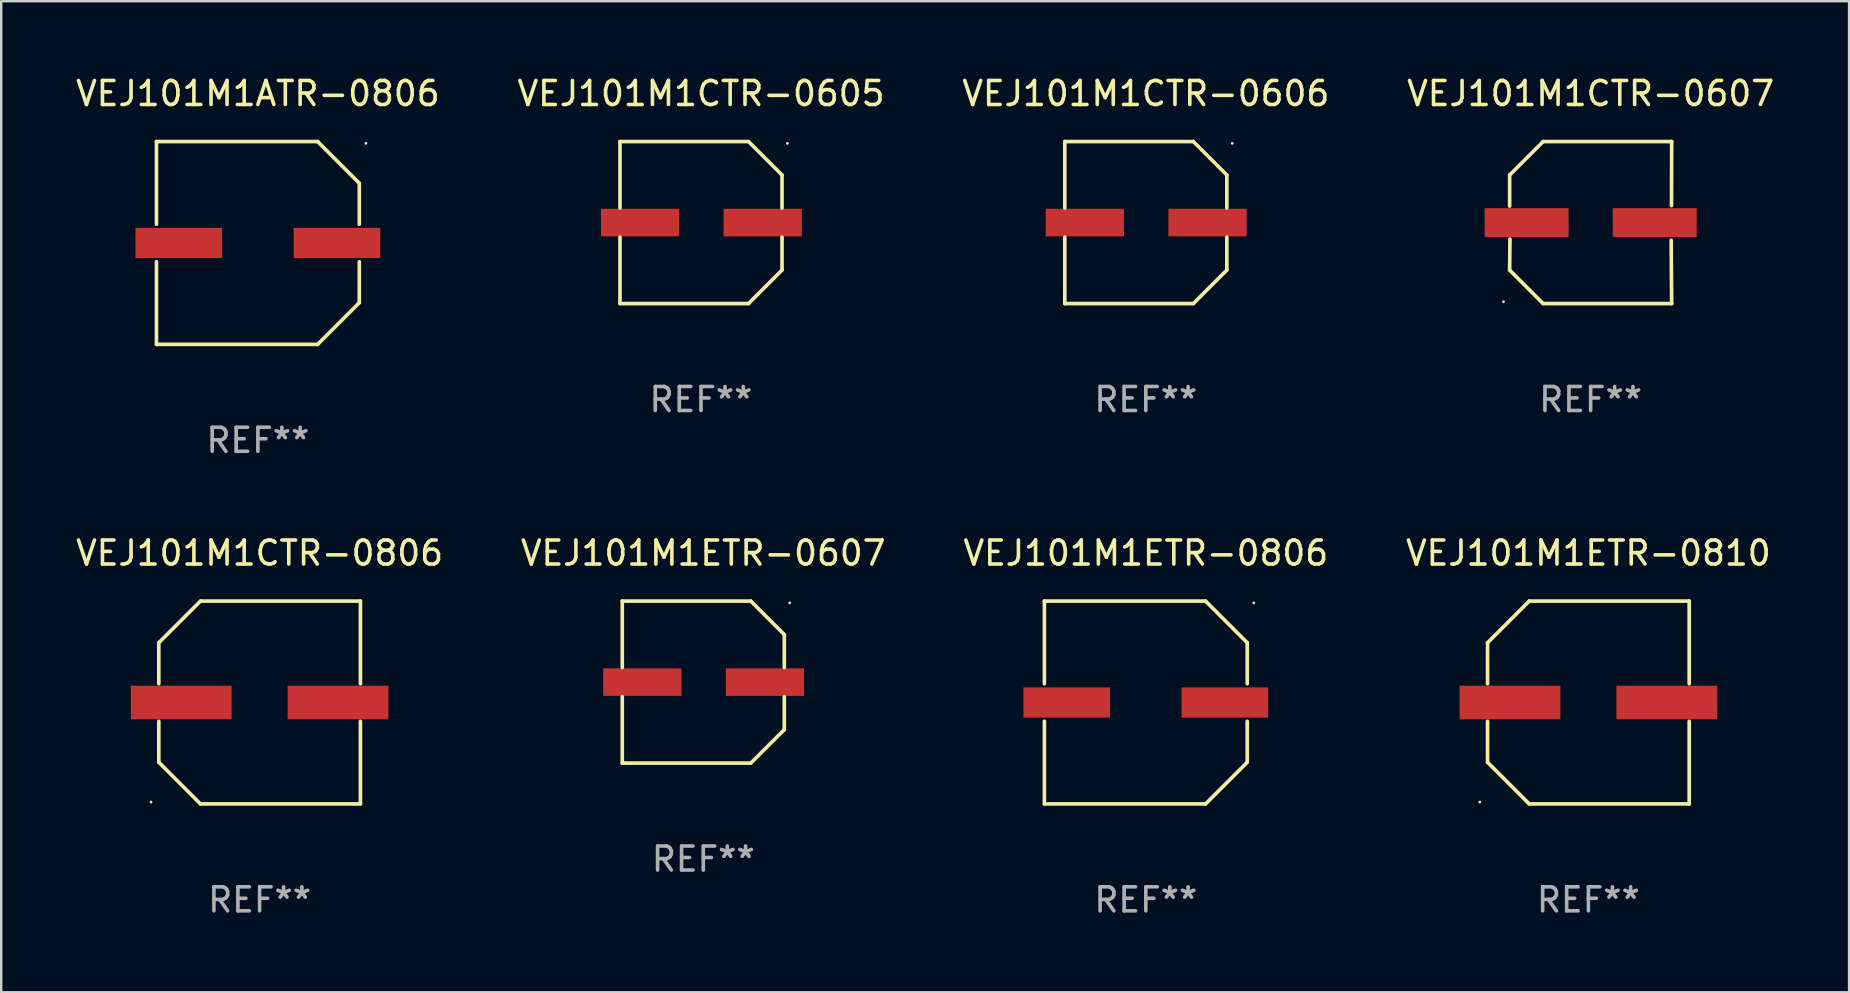
<source format=kicad_pcb>
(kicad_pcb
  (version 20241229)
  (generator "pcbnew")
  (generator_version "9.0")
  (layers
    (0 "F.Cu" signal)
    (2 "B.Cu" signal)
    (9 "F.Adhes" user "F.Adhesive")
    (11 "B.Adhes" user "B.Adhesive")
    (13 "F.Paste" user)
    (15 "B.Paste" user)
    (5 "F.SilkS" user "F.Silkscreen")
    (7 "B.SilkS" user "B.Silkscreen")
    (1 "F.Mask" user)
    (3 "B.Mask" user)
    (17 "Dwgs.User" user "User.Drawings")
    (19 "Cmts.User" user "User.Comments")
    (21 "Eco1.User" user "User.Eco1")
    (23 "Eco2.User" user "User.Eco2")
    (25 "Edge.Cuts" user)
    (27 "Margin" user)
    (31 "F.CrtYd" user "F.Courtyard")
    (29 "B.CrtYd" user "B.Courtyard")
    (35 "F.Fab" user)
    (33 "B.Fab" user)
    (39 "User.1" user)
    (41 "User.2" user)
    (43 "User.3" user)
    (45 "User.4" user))
  (footprint "VEJ101M1ATR-0806"
    (layer "F.Cu")
    (at 7.696 7.074)
    (property "Reference" "VEJ101M1ATR-0806" (at 0 -6.226 0) (layer "F.SilkS") (effects (font (size 1 1) (thickness 0.15))))
    (attr through_hole)
    (fp_line (start -4.226 -4.226) (end 2.49 -4.226) (stroke (width 0.152) (type solid)) (layer "F.SilkS"))
    (fp_line (start -4.226 -0.782) (end -4.226 -4.226) (stroke (width 0.152) (type solid)) (layer "F.SilkS"))
    (fp_line (start -4.226 0.782) (end -4.226 4.226) (stroke (width 0.152) (type solid)) (layer "F.SilkS"))
    (fp_line (start -4.226 4.226) (end 2.49 4.226) (stroke (width 0.152) (type solid)) (layer "F.SilkS"))
    (fp_line (start 2.49 -4.226) (end 4.226 -2.49) (stroke (width 0.152) (type solid)) (layer "F.SilkS"))
    (fp_line (start 2.49 4.226) (end 4.226 2.49) (stroke (width 0.152) (type solid)) (layer "F.SilkS"))
    (fp_line (start 4.226 -2.49) (end 4.226 -0.782) (stroke (width 0.152) (type solid)) (layer "F.SilkS"))
    (fp_line (start 4.226 2.49) (end 4.226 0.782) (stroke (width 0.152) (type solid)) (layer "F.SilkS"))
    (fp_circle (center 4.5 -4.15) (end 4.53 -4.15) (stroke (width 0.06) (type solid)) (fill no) (layer "F.SilkS"))
    (fp_text user "REF**" (at 0 8.226 0) (layer "F.Fab") (effects (font (size 1 1) (thickness 0.15))))
    (pad "1" smd rect (at 3.295 0 180) (size 3.61 1.26) (layers "F.Cu" "F.Mask" "F.Paste"))
    (pad "2" smd rect (at -3.295 0 180) (size 3.61 1.26) (layers "F.Cu" "F.Mask" "F.Paste")))
  (footprint "VEJ101M1CTR-0606"
    (layer "F.Cu")
    (at 44.696 6.224)
    (property "Reference" "VEJ101M1CTR-0606" (at 0 -5.376 0) (layer "F.SilkS") (effects (font (size 1 1) (thickness 0.15))))
    (attr through_hole)
    (fp_line (start -3.376 -3.376) (end 1.98 -3.376) (stroke (width 0.152) (type solid)) (layer "F.SilkS"))
    (fp_line (start -3.376 -0.607) (end -3.376 -3.376) (stroke (width 0.152) (type solid)) (layer "F.SilkS"))
    (fp_line (start -3.376 0.607) (end -3.376 3.376) (stroke (width 0.152) (type solid)) (layer "F.SilkS"))
    (fp_line (start -3.376 3.376) (end 1.98 3.376) (stroke (width 0.152) (type solid)) (layer "F.SilkS"))
    (fp_line (start 1.98 -3.376) (end 3.376 -1.98) (stroke (width 0.152) (type solid)) (layer "F.SilkS"))
    (fp_line (start 1.98 3.376) (end 3.376 1.98) (stroke (width 0.152) (type solid)) (layer "F.SilkS"))
    (fp_line (start 3.376 -1.98) (end 3.376 -0.607) (stroke (width 0.152) (type solid)) (layer "F.SilkS"))
    (fp_line (start 3.376 1.98) (end 3.376 0.607) (stroke (width 0.152) (type solid)) (layer "F.SilkS"))
    (fp_circle (center 3.6 -3.3) (end 3.63 -3.3) (stroke (width 0.06) (type solid)) (fill no) (layer "F.SilkS"))
    (fp_text user "REF**" (at 0 7.376 0) (layer "F.Fab") (effects (font (size 1 1) (thickness 0.15))))
    (pad "1" smd rect (at 2.57 0 180) (size 3.26 1.15) (layers "F.Cu" "F.Mask" "F.Paste"))
    (pad "2" smd rect (at -2.54 0 180) (size 3.26 1.15) (layers "F.Cu" "F.Mask" "F.Paste")))
  (footprint "VEJ101M1CTR-0806"
    (layer "F.Cu")
    (at 7.768 26.223)
    (property "Reference" "VEJ101M1CTR-0806" (at 0 -6.226 0) (layer "F.SilkS") (effects (font (size 1 1) (thickness 0.15))))
    (attr through_hole)
    (fp_line (start -4.201 -2.49) (end -4.201 -0.782) (stroke (width 0.152) (type solid)) (layer "F.SilkS"))
    (fp_line (start -4.201 2.49) (end -4.201 0.782) (stroke (width 0.152) (type solid)) (layer "F.SilkS"))
    (fp_line (start -2.465 -4.226) (end -4.201 -2.49) (stroke (width 0.152) (type solid)) (layer "F.SilkS"))
    (fp_line (start -2.465 4.226) (end -4.201 2.49) (stroke (width 0.152) (type solid)) (layer "F.SilkS"))
    (fp_line (start 4.201 -4.226) (end -2.465 -4.226) (stroke (width 0.152) (type solid)) (layer "F.SilkS"))
    (fp_line (start 4.201 -0.782) (end 4.201 -4.226) (stroke (width 0.152) (type solid)) (layer "F.SilkS"))
    (fp_line (start 4.201 0.782) (end 4.201 4.226) (stroke (width 0.152) (type solid)) (layer "F.SilkS"))
    (fp_line (start 4.201 4.226) (end -2.465 4.226) (stroke (width 0.152) (type solid)) (layer "F.SilkS"))
    (fp_circle (center -4.524 4.15) (end -4.494 4.15) (stroke (width 0.06) (type solid)) (fill no) (layer "F.SilkS"))
    (fp_text user "REF**" (at 0 8.226 0) (layer "F.Fab") (effects (font (size 1 1) (thickness 0.15))))
    (pad "1" smd rect (at -3.267 0) (size 4.2 1.4) (layers "F.Cu" "F.Mask" "F.Paste"))
    (pad "2" smd rect (at 3.267 0) (size 4.2 1.4) (layers "F.Cu" "F.Mask" "F.Paste")))
  (footprint "VEJ101M1ETR-0806"
    (layer "F.Cu")
    (at 44.696 26.223)
    (property "Reference" "VEJ101M1ETR-0806" (at 0 -6.226 0) (layer "F.SilkS") (effects (font (size 1 1) (thickness 0.15))))
    (attr through_hole)
    (fp_line (start -4.226 -4.226) (end 2.49 -4.226) (stroke (width 0.152) (type solid)) (layer "F.SilkS"))
    (fp_line (start -4.226 -0.782) (end -4.226 -4.226) (stroke (width 0.152) (type solid)) (layer "F.SilkS"))
    (fp_line (start -4.226 0.782) (end -4.226 4.226) (stroke (width 0.152) (type solid)) (layer "F.SilkS"))
    (fp_line (start -4.226 4.226) (end 2.49 4.226) (stroke (width 0.152) (type solid)) (layer "F.SilkS"))
    (fp_line (start 2.49 -4.226) (end 4.226 -2.49) (stroke (width 0.152) (type solid)) (layer "F.SilkS"))
    (fp_line (start 2.49 4.226) (end 4.226 2.49) (stroke (width 0.152) (type solid)) (layer "F.SilkS"))
    (fp_line (start 4.226 -2.49) (end 4.226 -0.782) (stroke (width 0.152) (type solid)) (layer "F.SilkS"))
    (fp_line (start 4.226 2.49) (end 4.226 0.782) (stroke (width 0.152) (type solid)) (layer "F.SilkS"))
    (fp_circle (center 4.5 -4.15) (end 4.53 -4.15) (stroke (width 0.06) (type solid)) (fill no) (layer "F.SilkS"))
    (fp_text user "REF**" (at 0 8.226 0) (layer "F.Fab") (effects (font (size 1 1) (thickness 0.15))))
    (pad "1" smd rect (at 3.295 0 180) (size 3.61 1.26) (layers "F.Cu" "F.Mask" "F.Paste"))
    (pad "2" smd rect (at -3.295 0 180) (size 3.61 1.26) (layers "F.Cu" "F.Mask" "F.Paste")))
  (footprint "VEJ101M1ETR-0607"
    (layer "F.Cu")
    (at 26.256 25.373)
    (property "Reference" "VEJ101M1ETR-0607" (at 0 -5.376 0) (layer "F.SilkS") (effects (font (size 1 1) (thickness 0.15))))
    (attr through_hole)
    (fp_line (start -3.376 -3.376) (end 1.98 -3.376) (stroke (width 0.152) (type solid)) (layer "F.SilkS"))
    (fp_line (start -3.376 -0.607) (end -3.376 -3.376) (stroke (width 0.152) (type solid)) (layer "F.SilkS"))
    (fp_line (start -3.376 0.607) (end -3.376 3.376) (stroke (width 0.152) (type solid)) (layer "F.SilkS"))
    (fp_line (start -3.376 3.376) (end 1.98 3.376) (stroke (width 0.152) (type solid)) (layer "F.SilkS"))
    (fp_line (start 1.98 -3.376) (end 3.376 -1.98) (stroke (width 0.152) (type solid)) (layer "F.SilkS"))
    (fp_line (start 1.98 3.376) (end 3.376 1.98) (stroke (width 0.152) (type solid)) (layer "F.SilkS"))
    (fp_line (start 3.376 -1.98) (end 3.376 -0.607) (stroke (width 0.152) (type solid)) (layer "F.SilkS"))
    (fp_line (start 3.376 1.98) (end 3.376 0.607) (stroke (width 0.152) (type solid)) (layer "F.SilkS"))
    (fp_circle (center 3.6 -3.3) (end 3.63 -3.3) (stroke (width 0.06) (type solid)) (fill no) (layer "F.SilkS"))
    (fp_text user "REF**" (at 0 7.376 0) (layer "F.Fab") (effects (font (size 1 1) (thickness 0.15))))
    (pad "1" smd rect (at 2.57 0 180) (size 3.26 1.15) (layers "F.Cu" "F.Mask" "F.Paste"))
    (pad "2" smd rect (at -2.54 0 180) (size 3.26 1.15) (layers "F.Cu" "F.Mask" "F.Paste")))
  (footprint "VEJ101M1CTR-0607"
    (layer "F.Cu")
    (at 63.232 6.224)
    (property "Reference" "VEJ101M1CTR-0607" (at 0 -5.376 0) (layer "F.SilkS") (effects (font (size 1 1) (thickness 0.15))))
    (attr through_hole)
    (fp_line (start -3.376 -1.98) (end -3.376 -0.686) (stroke (width 0.152) (type solid)) (layer "F.SilkS"))
    (fp_line (start -3.376 1.981) (end -3.362 0.686) (stroke (width 0.152) (type solid)) (layer "F.SilkS"))
    (fp_line (start -1.981 3.376) (end -3.376 1.981) (stroke (width 0.152) (type solid)) (layer "F.SilkS"))
    (fp_line (start -1.98 -3.376) (end -3.376 -1.98) (stroke (width 0.152) (type solid)) (layer "F.SilkS"))
    (fp_line (start 3.356 0.74) (end 3.376 3.376) (stroke (width 0.152) (type solid)) (layer "F.SilkS"))
    (fp_line (start 3.369 -0.707) (end 3.376 -3.376) (stroke (width 0.152) (type solid)) (layer "F.SilkS"))
    (fp_line (start 3.376 3.376) (end -1.981 3.376) (stroke (width 0.152) (type solid)) (layer "F.SilkS"))
    (fp_line (start 3.376 -3.376) (end -1.98 -3.376) (stroke (width 0.152) (type solid)) (layer "F.SilkS"))
    (fp_circle (center -3.634 3.3) (end -3.604 3.3) (stroke (width 0.06) (type solid)) (fill no) (layer "F.SilkS"))
    (fp_text user "REF**" (at 0 7.376 0) (layer "F.Fab") (effects (font (size 1 1) (thickness 0.15))))
    (pad "1" smd rect (at -2.67 0.000254) (size 3.5 1.2) (layers "F.Cu" "F.Mask" "F.Paste"))
    (pad "2" smd rect (at 2.67 0.000254) (size 3.5 1.2) (layers "F.Cu" "F.Mask" "F.Paste")))
  (footprint "VEJ101M1CTR-0605"
    (layer "F.Cu")
    (at 26.161 6.224)
    (property "Reference" "VEJ101M1CTR-0605" (at 0 -5.376 0) (layer "F.SilkS") (effects (font (size 1 1) (thickness 0.15))))
    (attr through_hole)
    (fp_line (start -3.376 -3.376) (end 1.98 -3.376) (stroke (width 0.152) (type solid)) (layer "F.SilkS"))
    (fp_line (start -3.376 -0.607) (end -3.376 -3.376) (stroke (width 0.152) (type solid)) (layer "F.SilkS"))
    (fp_line (start -3.376 0.607) (end -3.376 3.376) (stroke (width 0.152) (type solid)) (layer "F.SilkS"))
    (fp_line (start -3.376 3.376) (end 1.98 3.376) (stroke (width 0.152) (type solid)) (layer "F.SilkS"))
    (fp_line (start 1.98 -3.376) (end 3.376 -1.98) (stroke (width 0.152) (type solid)) (layer "F.SilkS"))
    (fp_line (start 1.98 3.376) (end 3.376 1.98) (stroke (width 0.152) (type solid)) (layer "F.SilkS"))
    (fp_line (start 3.376 -1.98) (end 3.376 -0.607) (stroke (width 0.152) (type solid)) (layer "F.SilkS"))
    (fp_line (start 3.376 1.98) (end 3.376 0.607) (stroke (width 0.152) (type solid)) (layer "F.SilkS"))
    (fp_circle (center 3.6 -3.3) (end 3.63 -3.3) (stroke (width 0.06) (type solid)) (fill no) (layer "F.SilkS"))
    (fp_text user "REF**" (at 0 7.376 0) (layer "F.Fab") (effects (font (size 1 1) (thickness 0.15))))
    (pad "1" smd rect (at 2.57 0 180) (size 3.26 1.15) (layers "F.Cu" "F.Mask" "F.Paste"))
    (pad "2" smd rect (at -2.54 0 180) (size 3.26 1.15) (layers "F.Cu" "F.Mask" "F.Paste")))
  (footprint "VEJ101M1ETR-0810"
    (layer "F.Cu")
    (at 63.137 26.223)
    (property "Reference" "VEJ101M1ETR-0810" (at 0 -6.226 0) (layer "F.SilkS") (effects (font (size 1 1) (thickness 0.15))))
    (attr through_hole)
    (fp_line (start -4.201 -2.49) (end -4.201 -0.782) (stroke (width 0.152) (type solid)) (layer "F.SilkS"))
    (fp_line (start -4.201 2.49) (end -4.201 0.782) (stroke (width 0.152) (type solid)) (layer "F.SilkS"))
    (fp_line (start -2.465 -4.226) (end -4.201 -2.49) (stroke (width 0.152) (type solid)) (layer "F.SilkS"))
    (fp_line (start -2.465 4.226) (end -4.201 2.49) (stroke (width 0.152) (type solid)) (layer "F.SilkS"))
    (fp_line (start 4.201 -4.226) (end -2.465 -4.226) (stroke (width 0.152) (type solid)) (layer "F.SilkS"))
    (fp_line (start 4.201 -0.782) (end 4.201 -4.226) (stroke (width 0.152) (type solid)) (layer "F.SilkS"))
    (fp_line (start 4.201 0.782) (end 4.201 4.226) (stroke (width 0.152) (type solid)) (layer "F.SilkS"))
    (fp_line (start 4.201 4.226) (end -2.465 4.226) (stroke (width 0.152) (type solid)) (layer "F.SilkS"))
    (fp_circle (center -4.524 4.15) (end -4.494 4.15) (stroke (width 0.06) (type solid)) (fill no) (layer "F.SilkS"))
    (fp_text user "REF**" (at 0 8.226 0) (layer "F.Fab") (effects (font (size 1 1) (thickness 0.15))))
    (pad "1" smd rect (at -3.267 0) (size 4.2 1.4) (layers "F.Cu" "F.Mask" "F.Paste"))
    (pad "2" smd rect (at 3.267 0) (size 4.2 1.4) (layers "F.Cu" "F.Mask" "F.Paste")))
  (gr_rect
    (start -3 -3)
    (end 74 38.298)
    (stroke (width 0.1) (type default))
    (fill no)
    (layer "Edge.Cuts")))
</source>
